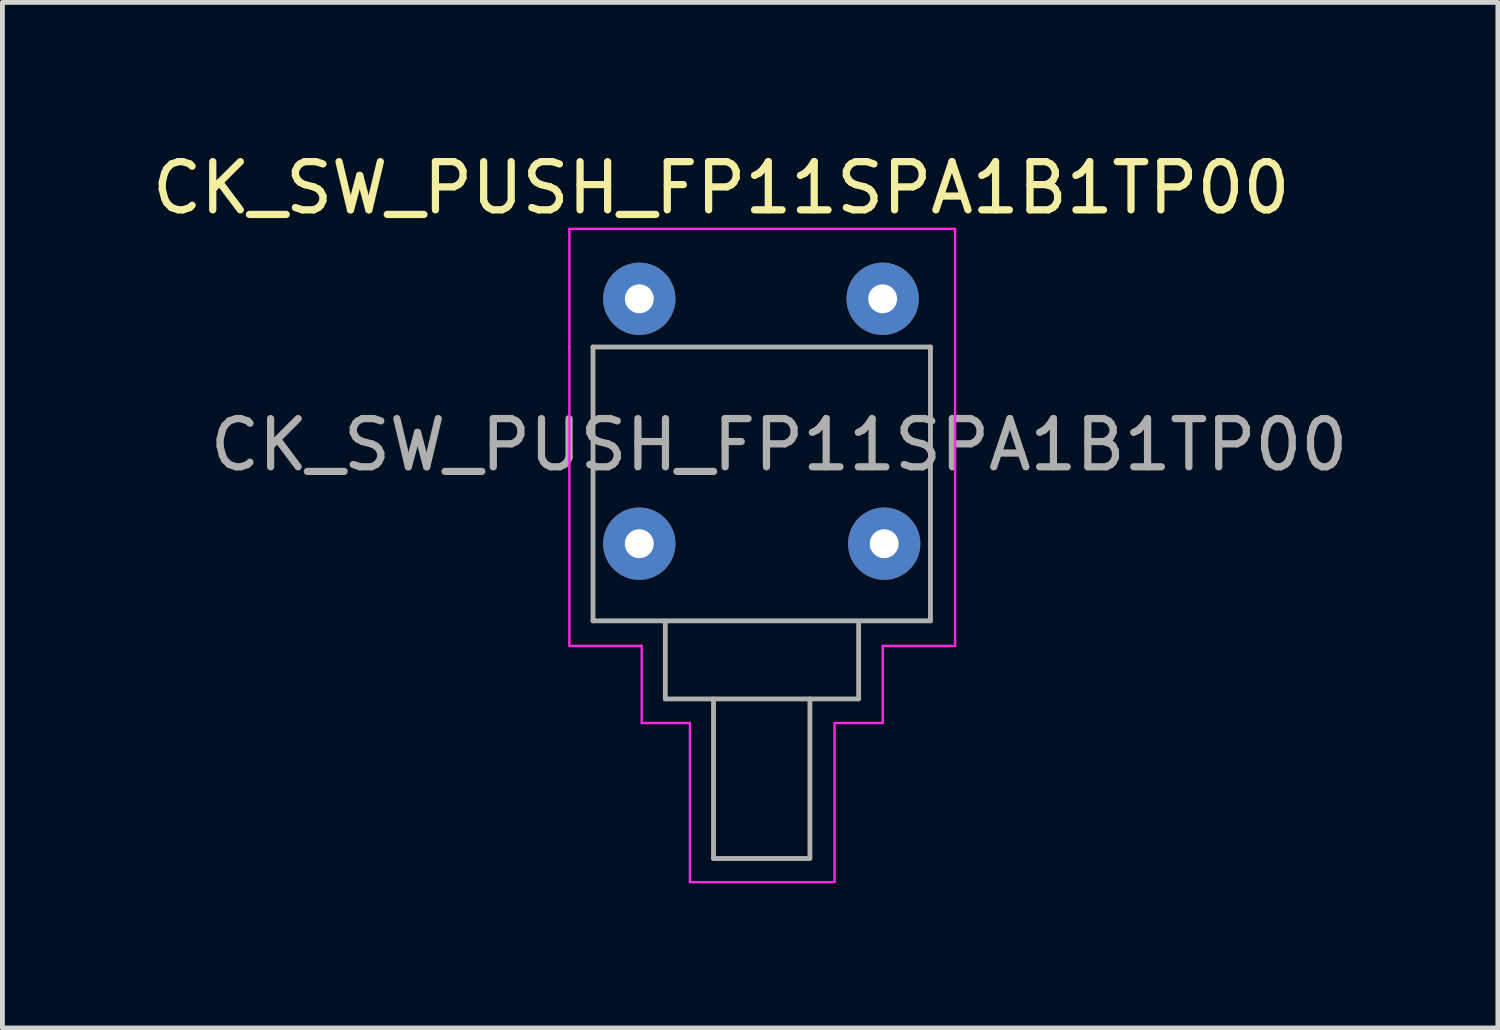
<source format=kicad_pcb>
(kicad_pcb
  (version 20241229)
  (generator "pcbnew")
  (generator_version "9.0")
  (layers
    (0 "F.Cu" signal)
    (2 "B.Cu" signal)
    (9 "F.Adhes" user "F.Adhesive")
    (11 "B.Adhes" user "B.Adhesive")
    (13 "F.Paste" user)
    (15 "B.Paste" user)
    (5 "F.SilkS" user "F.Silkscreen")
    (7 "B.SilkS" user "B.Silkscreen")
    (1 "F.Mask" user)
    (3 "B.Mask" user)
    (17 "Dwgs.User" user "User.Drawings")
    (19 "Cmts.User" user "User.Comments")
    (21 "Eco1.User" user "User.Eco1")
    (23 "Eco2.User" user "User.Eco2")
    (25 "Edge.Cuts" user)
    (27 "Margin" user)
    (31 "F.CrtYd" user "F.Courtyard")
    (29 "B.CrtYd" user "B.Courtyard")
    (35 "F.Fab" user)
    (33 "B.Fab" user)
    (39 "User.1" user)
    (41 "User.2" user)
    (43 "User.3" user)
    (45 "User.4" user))
  (footprint "CK_SW_PUSH_FP11SPA1B1TP00"
    (layer "F.Cu")
    (at 10.211 3.148)
    (property "Reference" "CK_SW_PUSH_FP11SPA1B1TP00" (at 1.7 -2.3 0) (layer "F.SilkS") (effects (font (size 1 1) (thickness 0.15))))
    (attr through_hole)
    (fp_line (start -1.45 -1.45) (end -1.45 1) (stroke (width 0.05) (type solid)) (layer "F.CrtYd"))
    (fp_line (start -1.45 1) (end -1.45 7.2) (stroke (width 0.05) (type solid)) (layer "F.CrtYd"))
    (fp_line (start -1.45 7.2) (end 0.05 7.2) (stroke (width 0.05) (type solid)) (layer "F.CrtYd"))
    (fp_line (start 0.05 7.2) (end 0.05 8.8) (stroke (width 0.05) (type solid)) (layer "F.CrtYd"))
    (fp_line (start 0.05 8.8) (end 1.05 8.8) (stroke (width 0.05) (type solid)) (layer "F.CrtYd"))
    (fp_line (start 1.05 8.8) (end 1.05 12.1) (stroke (width 0.05) (type solid)) (layer "F.CrtYd"))
    (fp_line (start 1.05 12.1) (end 4.05 12.1) (stroke (width 0.05) (type solid)) (layer "F.CrtYd"))
    (fp_line (start 4.05 8.8) (end 5.05 8.8) (stroke (width 0.05) (type solid)) (layer "F.CrtYd"))
    (fp_line (start 4.05 12.1) (end 4.05 8.8) (stroke (width 0.05) (type solid)) (layer "F.CrtYd"))
    (fp_line (start 5.05 7.2) (end 6.55 7.2) (stroke (width 0.05) (type solid)) (layer "F.CrtYd"))
    (fp_line (start 5.05 8.8) (end 5.05 7.2) (stroke (width 0.05) (type solid)) (layer "F.CrtYd"))
    (fp_line (start 6.55 -1.45) (end -1.45 -1.45) (stroke (width 0.05) (type solid)) (layer "F.CrtYd"))
    (fp_line (start 6.55 7.2) (end 6.55 -1.45) (stroke (width 0.05) (type solid)) (layer "F.CrtYd"))
    (fp_line (start -0.96 1) (end 6.04 1) (stroke (width 0.1) (type solid)) (layer "F.Fab"))
    (fp_line (start -0.96 6.68) (end -0.96 1) (stroke (width 0.1) (type solid)) (layer "F.Fab"))
    (fp_line (start -0.96 6.68) (end 6.04 6.68) (stroke (width 0.1) (type solid)) (layer "F.Fab"))
    (fp_line (start 0.54 8.3) (end 0.54 6.69) (stroke (width 0.1) (type solid)) (layer "F.Fab"))
    (fp_line (start 0.54 8.3) (end 4.54 8.3) (stroke (width 0.1) (type solid)) (layer "F.Fab"))
    (fp_line (start 1.54 8.3) (end 1.54 11.61) (stroke (width 0.1) (type solid)) (layer "F.Fab"))
    (fp_line (start 3.54 8.3) (end 3.54 11.6) (stroke (width 0.1) (type solid)) (layer "F.Fab"))
    (fp_line (start 3.54 11.61) (end 1.54 11.61) (stroke (width 0.1) (type solid)) (layer "F.Fab"))
    (fp_line (start 4.55 8.3) (end 4.55 6.69) (stroke (width 0.1) (type solid)) (layer "F.Fab"))
    (fp_line (start 6.04 1) (end 6.04 6.68) (stroke (width 0.1) (type solid)) (layer "F.Fab"))
    (fp_text user "${REFERENCE}" (at 2.9 3.03 0) (layer "F.Fab") (effects (font (size 1 1) (thickness 0.15))))
    (pad "1" thru_hole circle (at 0 0) (size 1.5 1.5) (drill 0.6) (layers "*.Cu" "*.Mask"))
    (pad "2" thru_hole circle (at 5.048 0) (size 1.5 1.5) (drill 0.6) (layers "*.Cu" "*.Mask"))
    (pad "SH" thru_hole circle (at 0 5.08) (size 1.5 1.5) (drill 0.6) (layers "*.Cu" "*.Mask"))
    (pad "SH" thru_hole circle (at 5.08 5.08) (size 1.5 1.5) (drill 0.6) (layers "*.Cu" "*.Mask")))
  (gr_rect
    (start -3 -3)
    (end 28.021 18.273)
    (stroke (width 0.1) (type default))
    (fill no)
    (layer "Edge.Cuts")))
</source>
